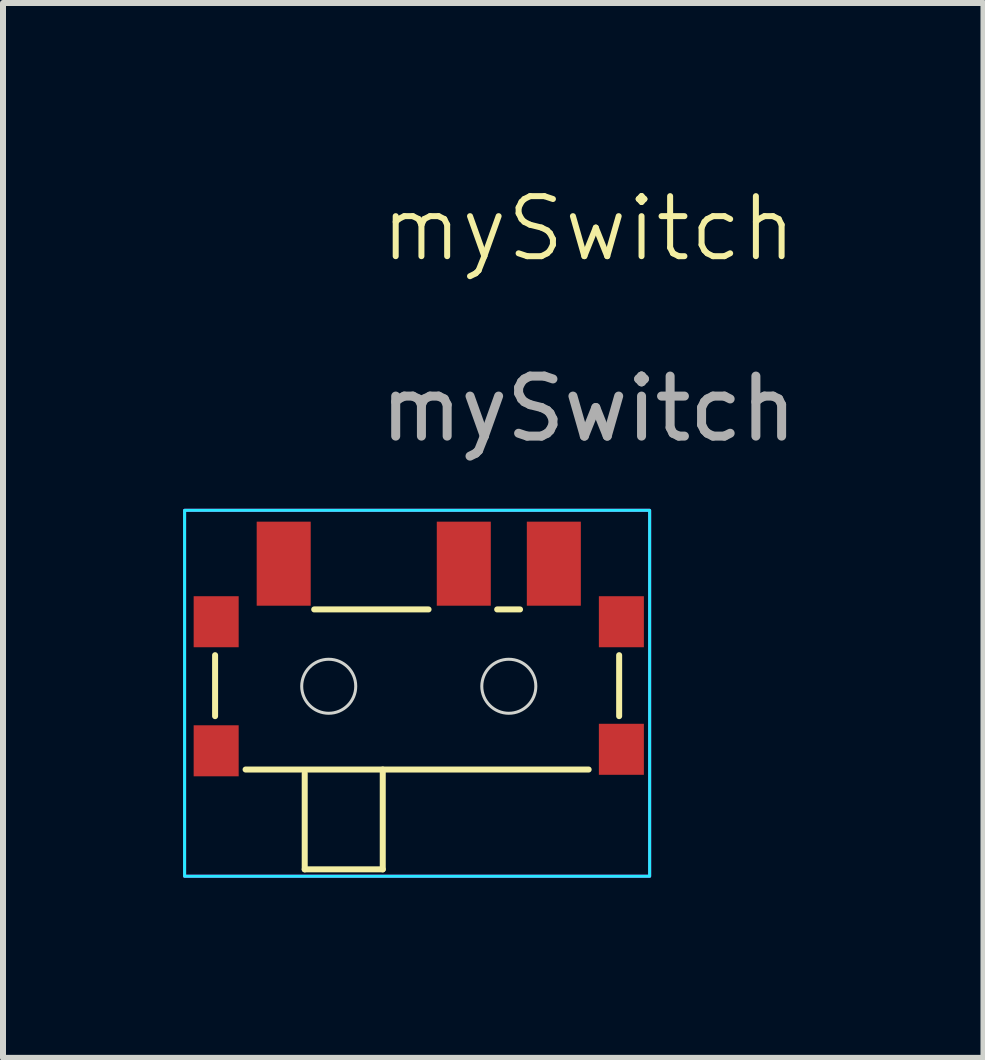
<source format=kicad_pcb>
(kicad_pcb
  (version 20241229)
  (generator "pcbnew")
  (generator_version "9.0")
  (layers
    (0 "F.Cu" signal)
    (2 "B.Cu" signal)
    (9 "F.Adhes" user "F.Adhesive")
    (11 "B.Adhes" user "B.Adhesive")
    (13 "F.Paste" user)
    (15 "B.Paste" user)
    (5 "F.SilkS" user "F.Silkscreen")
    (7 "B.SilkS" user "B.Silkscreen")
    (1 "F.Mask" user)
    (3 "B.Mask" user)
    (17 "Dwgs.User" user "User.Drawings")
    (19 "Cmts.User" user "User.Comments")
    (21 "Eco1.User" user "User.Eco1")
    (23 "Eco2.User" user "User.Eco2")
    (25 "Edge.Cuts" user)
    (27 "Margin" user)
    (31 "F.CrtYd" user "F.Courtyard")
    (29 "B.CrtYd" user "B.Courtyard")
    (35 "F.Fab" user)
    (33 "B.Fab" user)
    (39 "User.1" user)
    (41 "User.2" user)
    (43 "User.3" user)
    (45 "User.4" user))
  (footprint "mySwitch"
    (layer "F.Cu")
    (at 6.756 1.26)
    (property "Reference" "mySwitch" (at 0 -0.5 0) (unlocked yes) (layer "F.SilkS") (effects (font (size 1 1) (thickness 0.1))))
    (attr smd)
    (fp_line (start -6.223 7.62) (end -6.223 6.604) (stroke (width 0.1) (type default)) (layer "F.SilkS"))
    (fp_line (start -4.73 10.172) (end -4.73 8.572) (stroke (width 0.1) (type default)) (layer "F.SilkS"))
    (fp_line (start -4.73 10.172) (end -3.43 10.172) (stroke (width 0.1) (type default)) (layer "F.SilkS"))
    (fp_line (start -4.572 5.842) (end -2.667 5.842) (stroke (width 0.1) (type default)) (layer "F.SilkS"))
    (fp_line (start -3.43 10.172) (end -3.43 8.509) (stroke (width 0.1) (type default)) (layer "F.SilkS"))
    (fp_line (start -1.524 5.842) (end -1.143 5.842) (stroke (width 0.1) (type default)) (layer "F.SilkS"))
    (fp_line (start 0 8.509) (end -5.715 8.509) (stroke (width 0.1) (type default)) (layer "F.SilkS"))
    (fp_line (start 0.508 6.604) (end 0.508 7.62) (stroke (width 0.1) (type default)) (layer "F.SilkS"))
    (fp_circle (center -4.33 7.122) (end -3.88 7.122) (stroke (width 0.05) (type default)) (fill no) (layer "Edge.Cuts"))
    (fp_circle (center -1.33 7.122) (end -0.88 7.122) (stroke (width 0.05) (type default)) (fill no) (layer "Edge.Cuts"))
    (fp_rect (start -6.731 4.191) (end 1.016 10.287) (stroke (width 0.05) (type default)) (fill no) (layer "B.CrtYd"))
    (fp_rect (start -6.731 4.191) (end 1.016 10.287) (stroke (width 0.05) (type default)) (fill no) (layer "F.CrtYd"))
    (fp_text user "${REFERENCE}" (at 0 2.5 0) (unlocked yes) (layer "F.Fab") (effects (font (size 1 1) (thickness 0.15))))
    (pad "1" smd rect (at -5.08 5.08) (size 0.9 1.4) (layers "F.Cu" "F.Mask" "F.Paste"))
    (pad "2" smd rect (at -2.08 5.08) (size 0.9 1.4) (layers "F.Cu" "F.Mask" "F.Paste"))
    (pad "3" smd rect (at -0.58 5.08) (size 0.9 1.4) (layers "F.Cu" "F.Mask" "F.Paste"))
    (pad "4" smd rect (at -6.205 6.047) (size 0.75 0.85) (layers "F.Cu" "F.Mask" "F.Paste"))
    (pad "5" smd rect (at -6.205 8.197) (size 0.75 0.85) (layers "F.Cu" "F.Mask" "F.Paste"))
    (pad "6" smd rect (at 0.545 6.047) (size 0.75 0.85) (layers "F.Cu" "F.Mask" "F.Paste"))
    (pad "7" smd rect (at 0.545 8.172) (size 0.75 0.85) (layers "F.Cu" "F.Mask" "F.Paste")))
  (gr_rect
    (start -3 -3)
    (end 13.333 14.572)
    (stroke (width 0.1) (type default))
    (fill no)
    (layer "Edge.Cuts")))
</source>
